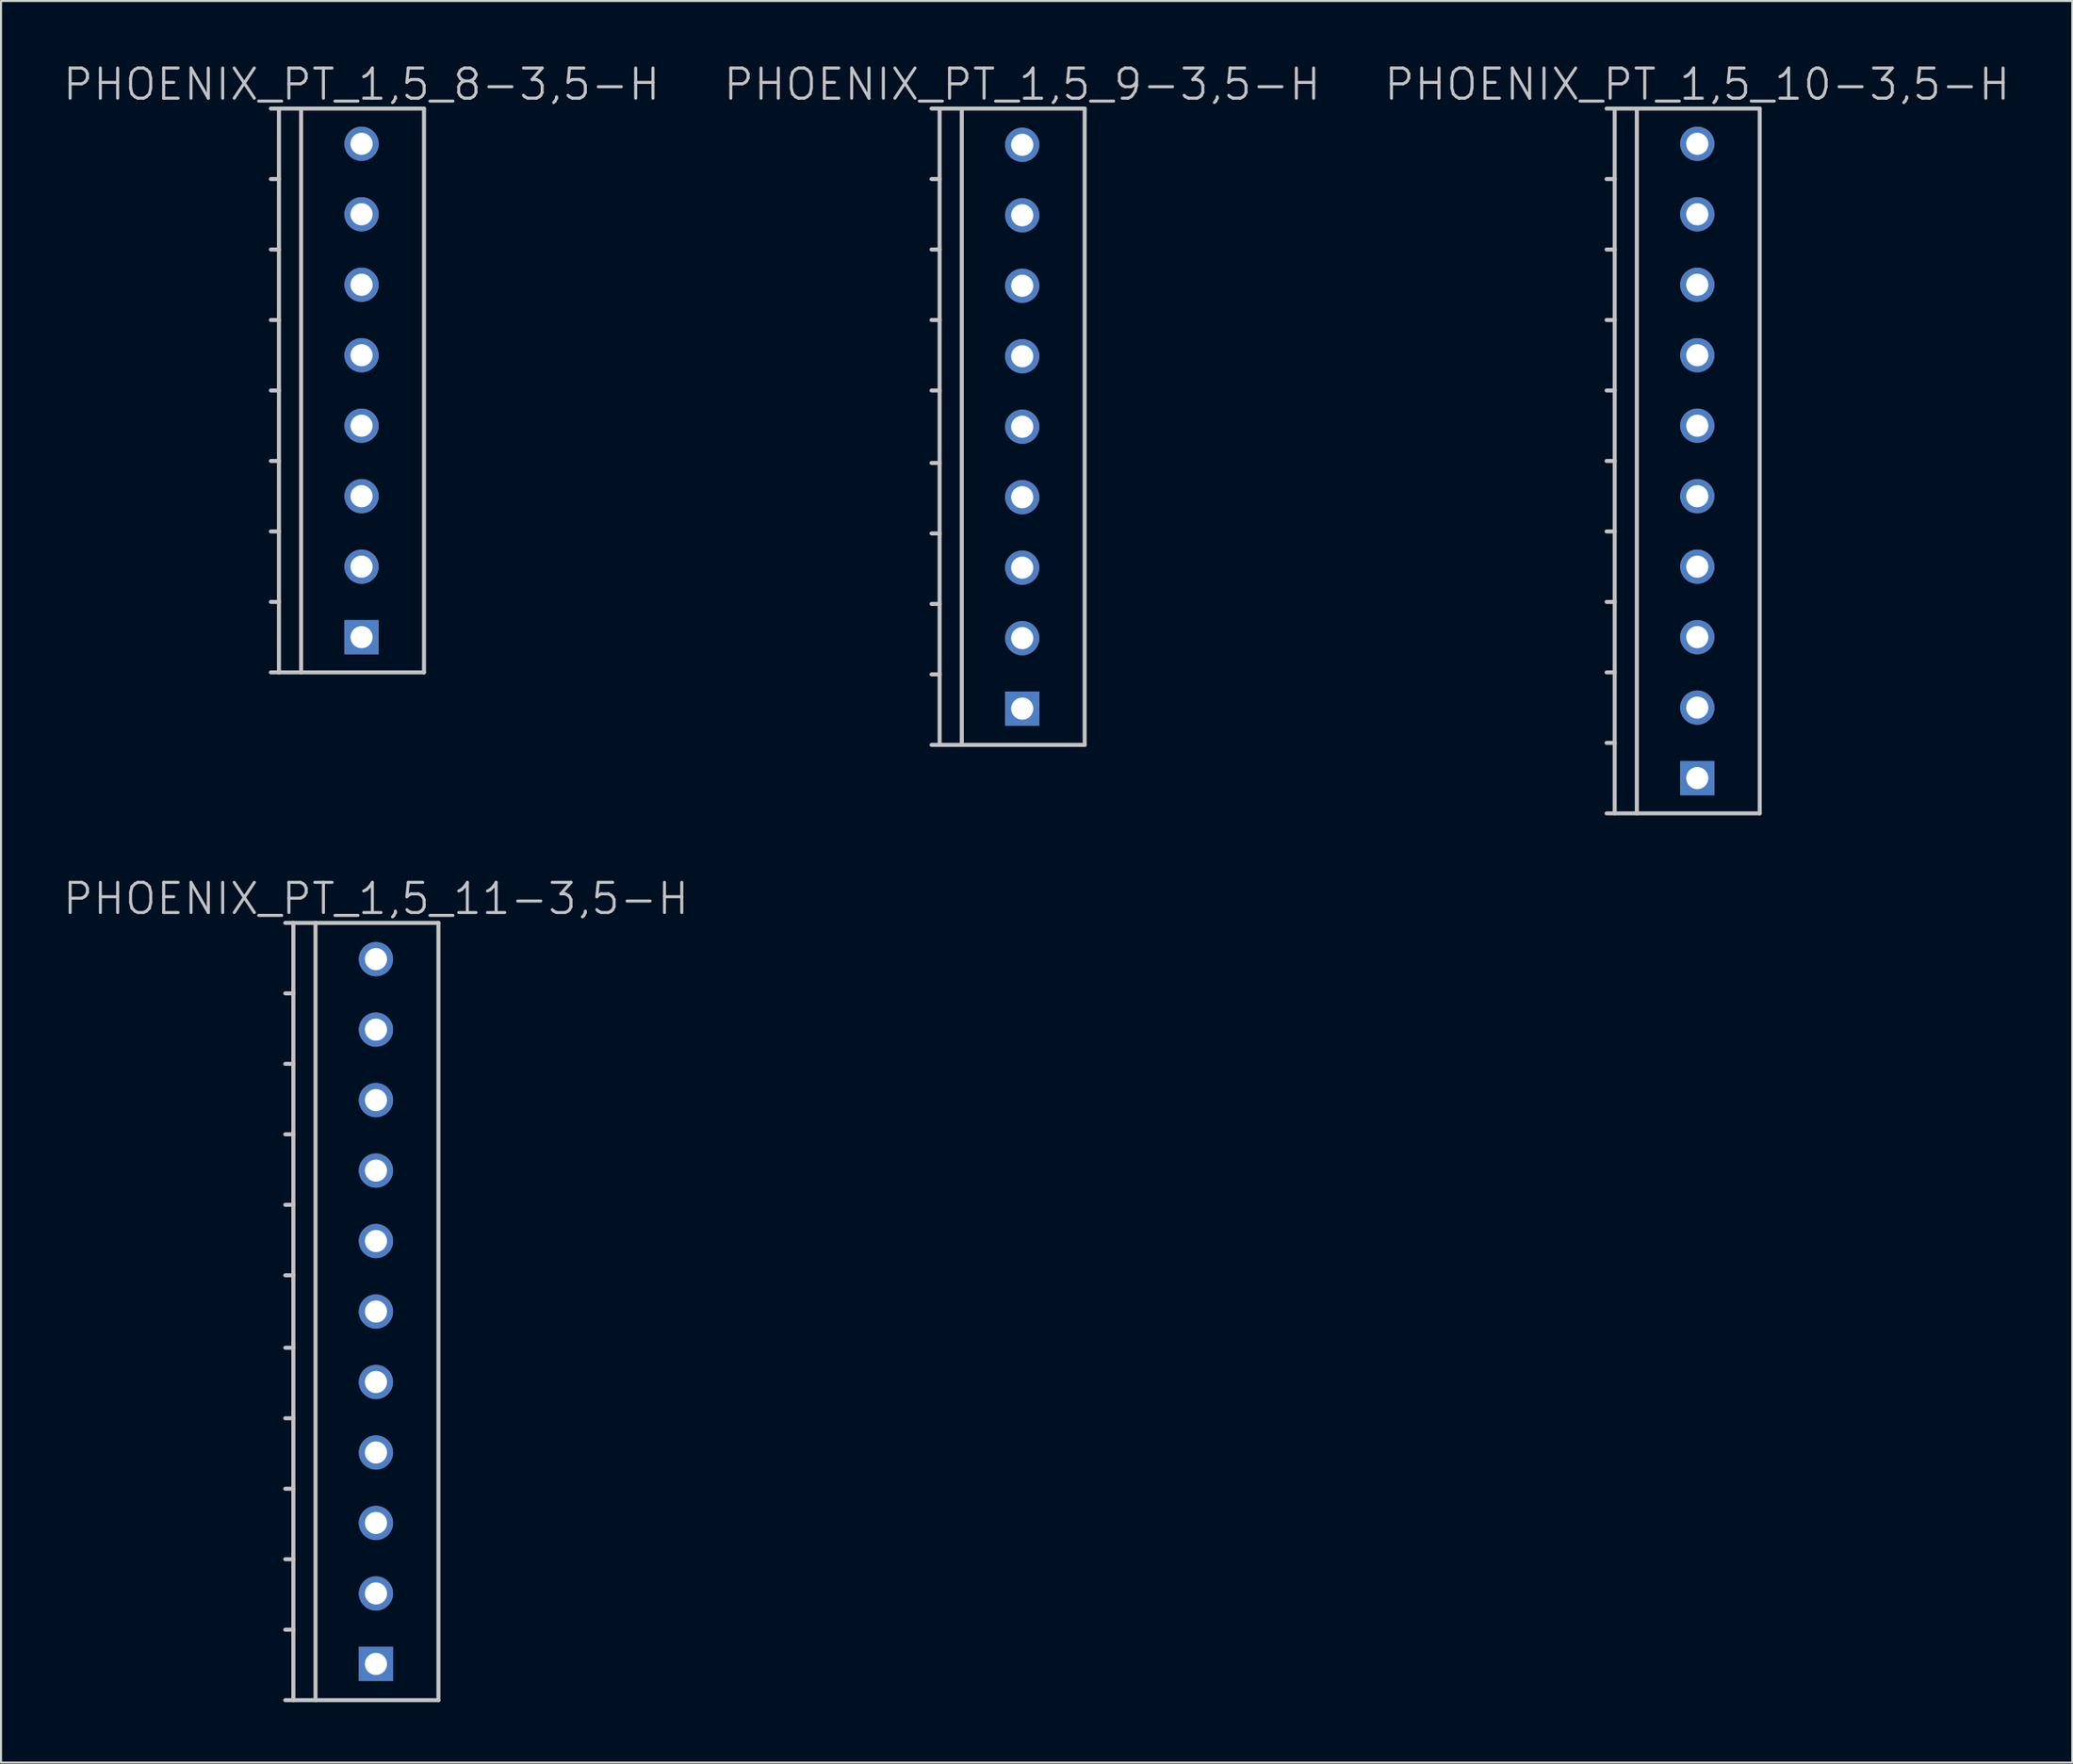
<source format=kicad_pcb>
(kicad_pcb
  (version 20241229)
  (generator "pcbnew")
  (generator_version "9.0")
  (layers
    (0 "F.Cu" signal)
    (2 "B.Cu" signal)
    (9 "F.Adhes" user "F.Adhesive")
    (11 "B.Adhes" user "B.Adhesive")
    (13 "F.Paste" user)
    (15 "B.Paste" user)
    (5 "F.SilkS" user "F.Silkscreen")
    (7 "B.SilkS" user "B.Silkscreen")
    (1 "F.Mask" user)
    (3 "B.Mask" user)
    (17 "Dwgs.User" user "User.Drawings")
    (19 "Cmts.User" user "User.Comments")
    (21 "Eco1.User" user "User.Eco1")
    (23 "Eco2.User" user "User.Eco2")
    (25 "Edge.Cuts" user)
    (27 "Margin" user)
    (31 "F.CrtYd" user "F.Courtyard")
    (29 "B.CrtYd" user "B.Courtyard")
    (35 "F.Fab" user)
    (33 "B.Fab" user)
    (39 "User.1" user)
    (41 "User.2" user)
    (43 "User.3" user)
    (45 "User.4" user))
  (footprint "PHOENIX_PT_1,5_9-3,5-H"
    (layer "F.Cu")
    (at 47.689 18.141)
    (property "Reference" "PHOENIX_PT_1,5_9-3,5-H" (at 0 -17 180) (layer "Dwgs.User") (effects (font (size 1.5 1.5) (thickness 0.15))))
    (attr through_hole)
    (fp_line (start -4.5 15.8) (end 3.1 15.8) (stroke (width 0.2) (type solid)) (layer "Dwgs.User"))
    (fp_line (start -4.1 -15.8) (end -4.1 15.8) (stroke (width 0.2) (type solid)) (layer "Dwgs.User"))
    (fp_line (start -4.1 -12.3) (end -4.5 -12.3) (stroke (width 0.2) (type solid)) (layer "Dwgs.User"))
    (fp_line (start -4.1 -8.8) (end -4.5 -8.8) (stroke (width 0.2) (type solid)) (layer "Dwgs.User"))
    (fp_line (start -4.1 -5.3) (end -4.5 -5.3) (stroke (width 0.2) (type solid)) (layer "Dwgs.User"))
    (fp_line (start -4.1 -1.8) (end -4.5 -1.8) (stroke (width 0.2) (type solid)) (layer "Dwgs.User"))
    (fp_line (start -4.1 1.8) (end -4.5 1.8) (stroke (width 0.2) (type solid)) (layer "Dwgs.User"))
    (fp_line (start -4.1 5.3) (end -4.5 5.3) (stroke (width 0.2) (type solid)) (layer "Dwgs.User"))
    (fp_line (start -4.1 8.8) (end -4.5 8.8) (stroke (width 0.2) (type solid)) (layer "Dwgs.User"))
    (fp_line (start -4.1 12.3) (end -4.5 12.3) (stroke (width 0.2) (type solid)) (layer "Dwgs.User"))
    (fp_line (start -3 -15.8) (end -3 15.8) (stroke (width 0.2) (type solid)) (layer "Dwgs.User"))
    (fp_line (start 3.1 -15.8) (end -4.5 -15.8) (stroke (width 0.2) (type solid)) (layer "Dwgs.User"))
    (fp_line (start 3.1 15.8) (end 3.1 -15.8) (stroke (width 0.2) (type solid)) (layer "Dwgs.User"))
    (pad "1" thru_hole rect (at 0 14) (size 1.7 1.7) (drill 1.1) (layers "*.Cu" "*.Mask"))
    (pad "2" thru_hole circle (at 0 10.5 270) (size 1.7 1.7) (drill 1.1) (layers "*.Cu" "*.Mask"))
    (pad "3" thru_hole circle (at 0 7 270) (size 1.7 1.7) (drill 1.1) (layers "*.Cu" "*.Mask"))
    (pad "4" thru_hole circle (at 0 3.5 270) (size 1.7 1.7) (drill 1.1) (layers "*.Cu" "*.Mask"))
    (pad "5" thru_hole circle (at 0 0 270) (size 1.7 1.7) (drill 1.1) (layers "*.Cu" "*.Mask"))
    (pad "6" thru_hole circle (at 0 -3.5 270) (size 1.7 1.7) (drill 1.1) (layers "*.Cu" "*.Mask"))
    (pad "7" thru_hole circle (at 0 -7 270) (size 1.7 1.7) (drill 1.1) (layers "*.Cu" "*.Mask"))
    (pad "8" thru_hole circle (at 0 -10.5 270) (size 1.7 1.7) (drill 1.1) (layers "*.Cu" "*.Mask"))
    (pad "9" thru_hole circle (at 0 -14 270) (size 1.7 1.7) (drill 1.1) (layers "*.Cu" "*.Mask")))
  (footprint "PHOENIX_PT_1,5_11-3,5-H"
    (layer "F.Cu")
    (at 15.611 62.081)
    (property "Reference" "PHOENIX_PT_1,5_11-3,5-H" (at 0 -20.5 180) (layer "Dwgs.User") (effects (font (size 1.5 1.5) (thickness 0.15))))
    (attr through_hole)
    (fp_line (start -4.5 19.3) (end 3.1 19.3) (stroke (width 0.2) (type solid)) (layer "Dwgs.User"))
    (fp_line (start -4.1 -19.3) (end -4.1 19.3) (stroke (width 0.2) (type solid)) (layer "Dwgs.User"))
    (fp_line (start -4.1 -15.8) (end -4.5 -15.8) (stroke (width 0.2) (type solid)) (layer "Dwgs.User"))
    (fp_line (start -4.1 -12.3) (end -4.5 -12.3) (stroke (width 0.2) (type solid)) (layer "Dwgs.User"))
    (fp_line (start -4.1 -8.8) (end -4.5 -8.8) (stroke (width 0.2) (type solid)) (layer "Dwgs.User"))
    (fp_line (start -4.1 -5.3) (end -4.5 -5.3) (stroke (width 0.2) (type solid)) (layer "Dwgs.User"))
    (fp_line (start -4.1 -1.8) (end -4.5 -1.8) (stroke (width 0.2) (type solid)) (layer "Dwgs.User"))
    (fp_line (start -4.1 1.8) (end -4.5 1.8) (stroke (width 0.2) (type solid)) (layer "Dwgs.User"))
    (fp_line (start -4.1 5.3) (end -4.5 5.3) (stroke (width 0.2) (type solid)) (layer "Dwgs.User"))
    (fp_line (start -4.1 8.8) (end -4.5 8.8) (stroke (width 0.2) (type solid)) (layer "Dwgs.User"))
    (fp_line (start -4.1 12.3) (end -4.5 12.3) (stroke (width 0.2) (type solid)) (layer "Dwgs.User"))
    (fp_line (start -4.1 15.8) (end -4.5 15.8) (stroke (width 0.2) (type solid)) (layer "Dwgs.User"))
    (fp_line (start -3 -19.3) (end -3 19.3) (stroke (width 0.2) (type solid)) (layer "Dwgs.User"))
    (fp_line (start 3.1 -19.3) (end -4.5 -19.3) (stroke (width 0.2) (type solid)) (layer "Dwgs.User"))
    (fp_line (start 3.1 19.3) (end 3.1 -19.3) (stroke (width 0.2) (type solid)) (layer "Dwgs.User"))
    (pad "1" thru_hole rect (at 0 17.5) (size 1.7 1.7) (drill 1.1) (layers "*.Cu" "*.Mask"))
    (pad "2" thru_hole circle (at 0 14 270) (size 1.7 1.7) (drill 1.1) (layers "*.Cu" "*.Mask"))
    (pad "3" thru_hole circle (at 0 10.5 270) (size 1.7 1.7) (drill 1.1) (layers "*.Cu" "*.Mask"))
    (pad "4" thru_hole circle (at 0 7 270) (size 1.7 1.7) (drill 1.1) (layers "*.Cu" "*.Mask"))
    (pad "5" thru_hole circle (at 0 3.5 270) (size 1.7 1.7) (drill 1.1) (layers "*.Cu" "*.Mask"))
    (pad "6" thru_hole circle (at 0 0 270) (size 1.7 1.7) (drill 1.1) (layers "*.Cu" "*.Mask"))
    (pad "7" thru_hole circle (at 0 -3.5 270) (size 1.7 1.7) (drill 1.1) (layers "*.Cu" "*.Mask"))
    (pad "8" thru_hole circle (at 0 -7 270) (size 1.7 1.7) (drill 1.1) (layers "*.Cu" "*.Mask"))
    (pad "9" thru_hole circle (at 0 -10.5 270) (size 1.7 1.7) (drill 1.1) (layers "*.Cu" "*.Mask"))
    (pad "10" thru_hole circle (at 0 -14 270) (size 1.7 1.7) (drill 1.1) (layers "*.Cu" "*.Mask"))
    (pad "11" thru_hole circle (at 0 -17.5 270) (size 1.7 1.7) (drill 1.1) (layers "*.Cu" "*.Mask")))
  (footprint "PHOENIX_PT_1,5_10-3,5-H"
    (layer "F.Cu")
    (at 81.196 19.841)
    (property "Reference" "PHOENIX_PT_1,5_10-3,5-H" (at 0 -18.7 180) (layer "Dwgs.User") (effects (font (size 1.5 1.5) (thickness 0.15))))
    (attr through_hole)
    (fp_line (start -4.5 17.5) (end 3.1 17.5) (stroke (width 0.2) (type solid)) (layer "Dwgs.User"))
    (fp_line (start -4.1 -17.5) (end -4.1 17.5) (stroke (width 0.2) (type solid)) (layer "Dwgs.User"))
    (fp_line (start -4.1 -14) (end -4.5 -14) (stroke (width 0.2) (type solid)) (layer "Dwgs.User"))
    (fp_line (start -4.1 -10.5) (end -4.5 -10.5) (stroke (width 0.2) (type solid)) (layer "Dwgs.User"))
    (fp_line (start -4.1 -7) (end -4.5 -7) (stroke (width 0.2) (type solid)) (layer "Dwgs.User"))
    (fp_line (start -4.1 -3.5) (end -4.5 -3.5) (stroke (width 0.2) (type solid)) (layer "Dwgs.User"))
    (fp_line (start -4.1 0) (end -4.5 0) (stroke (width 0.2) (type solid)) (layer "Dwgs.User"))
    (fp_line (start -4.1 3.5) (end -4.5 3.5) (stroke (width 0.2) (type solid)) (layer "Dwgs.User"))
    (fp_line (start -4.1 7) (end -4.5 7) (stroke (width 0.2) (type solid)) (layer "Dwgs.User"))
    (fp_line (start -4.1 10.5) (end -4.5 10.5) (stroke (width 0.2) (type solid)) (layer "Dwgs.User"))
    (fp_line (start -4.1 14) (end -4.5 14) (stroke (width 0.2) (type solid)) (layer "Dwgs.User"))
    (fp_line (start -3 -17.5) (end -3 17.5) (stroke (width 0.2) (type solid)) (layer "Dwgs.User"))
    (fp_line (start 3.1 -17.5) (end -4.5 -17.5) (stroke (width 0.2) (type solid)) (layer "Dwgs.User"))
    (fp_line (start 3.1 17.5) (end 3.1 -17.5) (stroke (width 0.2) (type solid)) (layer "Dwgs.User"))
    (pad "1" thru_hole rect (at 0 15.75) (size 1.7 1.7) (drill 1.1) (layers "*.Cu" "*.Mask"))
    (pad "2" thru_hole circle (at 0 12.25 270) (size 1.7 1.7) (drill 1.1) (layers "*.Cu" "*.Mask"))
    (pad "3" thru_hole circle (at 0 8.75 270) (size 1.7 1.7) (drill 1.1) (layers "*.Cu" "*.Mask"))
    (pad "4" thru_hole circle (at 0 5.25 270) (size 1.7 1.7) (drill 1.1) (layers "*.Cu" "*.Mask"))
    (pad "5" thru_hole circle (at 0 1.75 270) (size 1.7 1.7) (drill 1.1) (layers "*.Cu" "*.Mask"))
    (pad "6" thru_hole circle (at 0 -1.75 270) (size 1.7 1.7) (drill 1.1) (layers "*.Cu" "*.Mask"))
    (pad "7" thru_hole circle (at 0 -5.25 270) (size 1.7 1.7) (drill 1.1) (layers "*.Cu" "*.Mask"))
    (pad "8" thru_hole circle (at 0 -8.75 270) (size 1.7 1.7) (drill 1.1) (layers "*.Cu" "*.Mask"))
    (pad "9" thru_hole circle (at 0 -12.25 270) (size 1.7 1.7) (drill 1.1) (layers "*.Cu" "*.Mask"))
    (pad "10" thru_hole circle (at 0 -15.75 270) (size 1.7 1.7) (drill 1.1) (layers "*.Cu" "*.Mask")))
  (footprint "PHOENIX_PT_1,5_8-3,5-H"
    (layer "F.Cu")
    (at 14.896 16.341)
    (property "Reference" "PHOENIX_PT_1,5_8-3,5-H" (at 0 -15.2 180) (layer "Dwgs.User") (effects (font (size 1.5 1.5) (thickness 0.15))))
    (attr through_hole)
    (fp_line (start -4.5 14) (end 3.1 14) (stroke (width 0.2) (type solid)) (layer "Dwgs.User"))
    (fp_line (start -4.1 -14) (end -4.1 14) (stroke (width 0.2) (type solid)) (layer "Dwgs.User"))
    (fp_line (start -4.1 -10.5) (end -4.5 -10.5) (stroke (width 0.2) (type solid)) (layer "Dwgs.User"))
    (fp_line (start -4.1 -7) (end -4.5 -7) (stroke (width 0.2) (type solid)) (layer "Dwgs.User"))
    (fp_line (start -4.1 -3.5) (end -4.5 -3.5) (stroke (width 0.2) (type solid)) (layer "Dwgs.User"))
    (fp_line (start -4.1 0) (end -4.5 0) (stroke (width 0.2) (type solid)) (layer "Dwgs.User"))
    (fp_line (start -4.1 3.5) (end -4.5 3.5) (stroke (width 0.2) (type solid)) (layer "Dwgs.User"))
    (fp_line (start -4.1 7) (end -4.5 7) (stroke (width 0.2) (type solid)) (layer "Dwgs.User"))
    (fp_line (start -4.1 10.5) (end -4.5 10.5) (stroke (width 0.2) (type solid)) (layer "Dwgs.User"))
    (fp_line (start -3 -14) (end -3 14) (stroke (width 0.2) (type solid)) (layer "Dwgs.User"))
    (fp_line (start 3.1 -14) (end -4.5 -14) (stroke (width 0.2) (type solid)) (layer "Dwgs.User"))
    (fp_line (start 3.1 14) (end 3.1 -14) (stroke (width 0.2) (type solid)) (layer "Dwgs.User"))
    (pad "1" thru_hole rect (at 0 12.25) (size 1.7 1.7) (drill 1.1) (layers "*.Cu" "*.Mask"))
    (pad "2" thru_hole circle (at 0 8.75 270) (size 1.7 1.7) (drill 1.1) (layers "*.Cu" "*.Mask"))
    (pad "3" thru_hole circle (at 0 5.25 270) (size 1.7 1.7) (drill 1.1) (layers "*.Cu" "*.Mask"))
    (pad "4" thru_hole circle (at 0 1.75 270) (size 1.7 1.7) (drill 1.1) (layers "*.Cu" "*.Mask"))
    (pad "5" thru_hole circle (at 0 -1.75 270) (size 1.7 1.7) (drill 1.1) (layers "*.Cu" "*.Mask"))
    (pad "6" thru_hole circle (at 0 -5.25 270) (size 1.7 1.7) (drill 1.1) (layers "*.Cu" "*.Mask"))
    (pad "7" thru_hole circle (at 0 -8.75 270) (size 1.7 1.7) (drill 1.1) (layers "*.Cu" "*.Mask"))
    (pad "8" thru_hole circle (at 0 -12.25 270) (size 1.7 1.7) (drill 1.1) (layers "*.Cu" "*.Mask")))
  (gr_rect
    (start -3 -3)
    (end 99.807 84.481)
    (stroke (width 0.1) (type default))
    (fill no)
    (layer "Edge.Cuts")))
</source>
